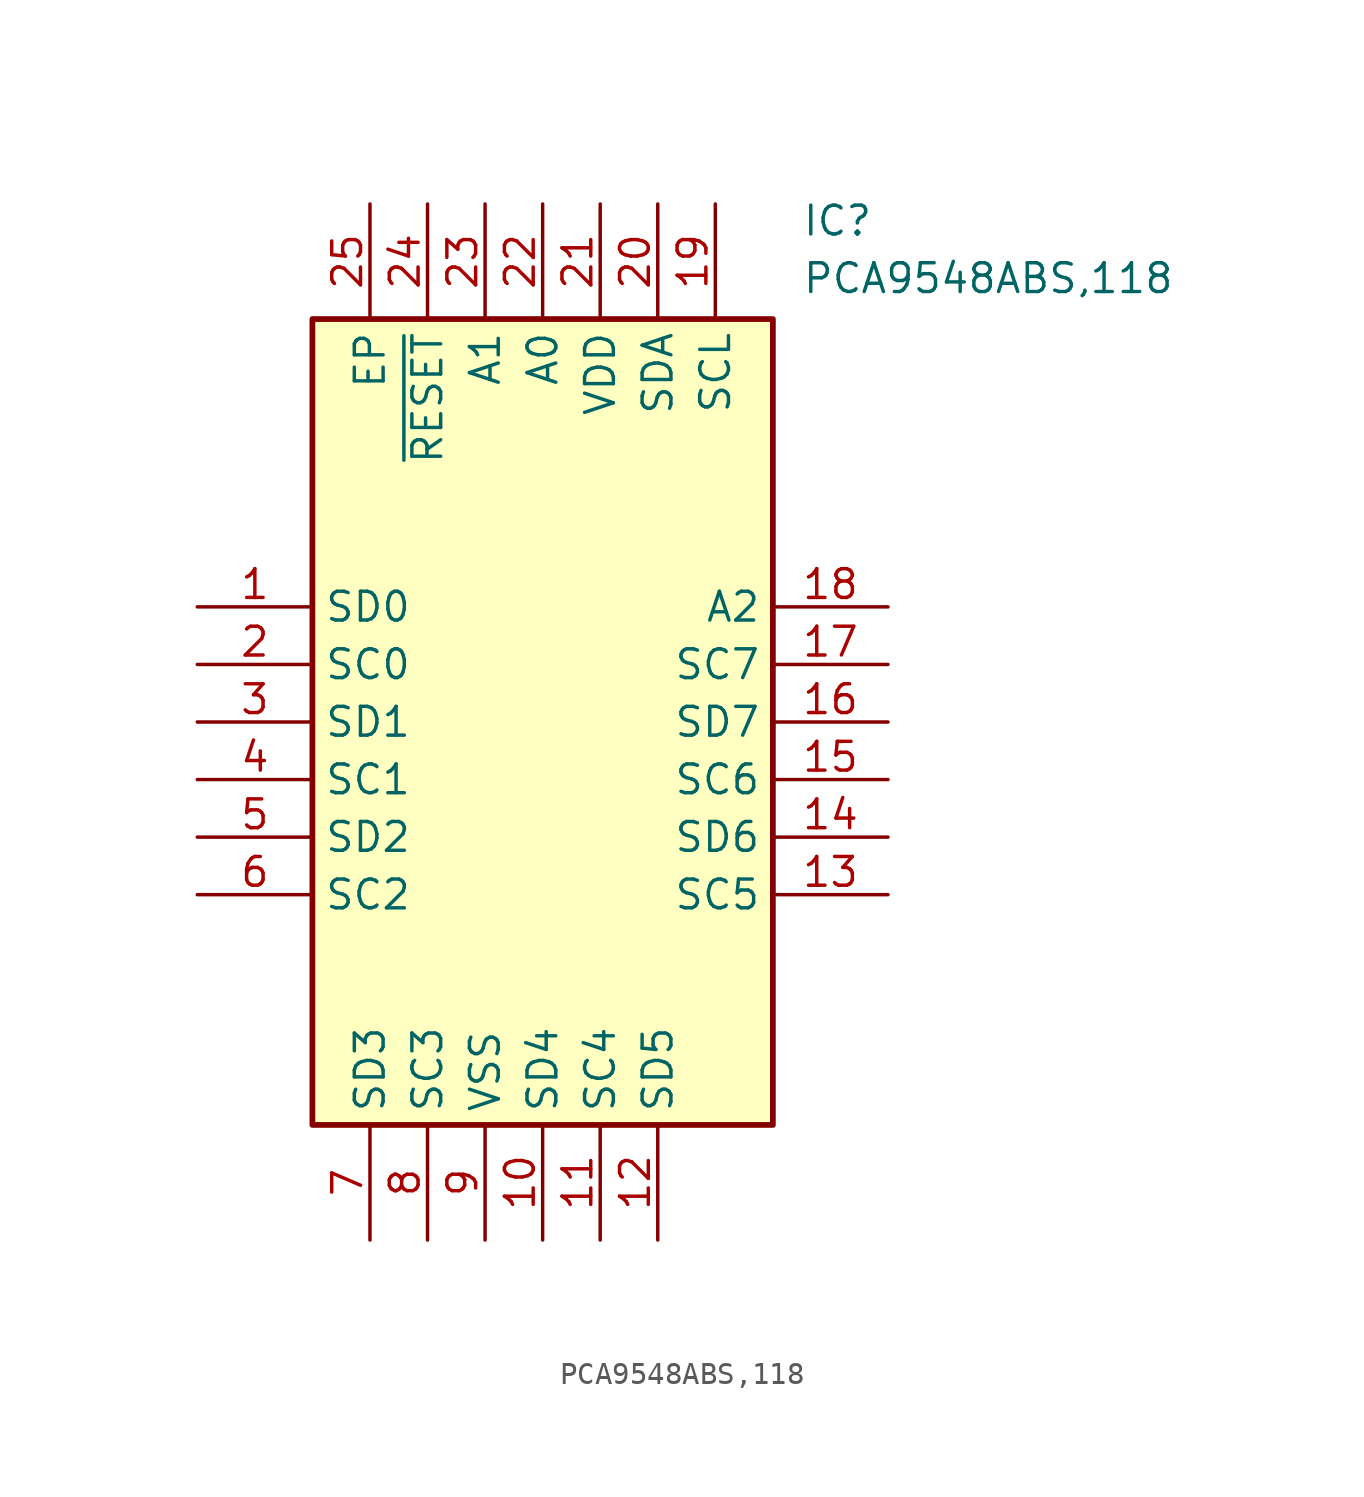
<source format=kicad_sym>
(kicad_symbol_lib
  (version 20211014)
  (generator SamacSys_ECAD_Model)
  (symbol "PCA9548ABS,118"
    (property "Reference" "IC"
      (at 26.67 17.78 0)
      (effects (font (size 1.27 1.27)) (justify left top)))
    (property "Value" "PCA9548ABS,118"
      (at 26.67 15.24 0)
      (effects (font (size 1.27 1.27)) (justify left top)))
    (rectangle
      (start 5.08 12.7)
      (end 25.4 -22.86)
      (stroke (width 0.254) (type default))
      (fill (type background)))
    (pin passive line
      (at 0 0 0)
      (length 5.08)
      (name "SD0" (effects (font (size 1.27 1.27))))
      (number "1" (effects (font (size 1.27 1.27)))))
    (pin passive line
      (at 0 -2.54 0)
      (length 5.08)
      (name "SC0" (effects (font (size 1.27 1.27))))
      (number "2" (effects (font (size 1.27 1.27)))))
    (pin passive line
      (at 0 -5.08 0)
      (length 5.08)
      (name "SD1" (effects (font (size 1.27 1.27))))
      (number "3" (effects (font (size 1.27 1.27)))))
    (pin passive line
      (at 0 -7.62 0)
      (length 5.08)
      (name "SC1" (effects (font (size 1.27 1.27))))
      (number "4" (effects (font (size 1.27 1.27)))))
    (pin passive line
      (at 0 -10.16 0)
      (length 5.08)
      (name "SD2" (effects (font (size 1.27 1.27))))
      (number "5" (effects (font (size 1.27 1.27)))))
    (pin passive line
      (at 0 -12.7 0)
      (length 5.08)
      (name "SC2" (effects (font (size 1.27 1.27))))
      (number "6" (effects (font (size 1.27 1.27)))))
    (pin passive line
      (at 7.62 -27.94 90)
      (length 5.08)
      (name "SD3" (effects (font (size 1.27 1.27))))
      (number "7" (effects (font (size 1.27 1.27)))))
    (pin passive line
      (at 10.16 -27.94 90)
      (length 5.08)
      (name "SC3" (effects (font (size 1.27 1.27))))
      (number "8" (effects (font (size 1.27 1.27)))))
    (pin passive line
      (at 12.7 -27.94 90)
      (length 5.08)
      (name "VSS" (effects (font (size 1.27 1.27))))
      (number "9" (effects (font (size 1.27 1.27)))))
    (pin passive line
      (at 15.24 -27.94 90)
      (length 5.08)
      (name "SD4" (effects (font (size 1.27 1.27))))
      (number "10" (effects (font (size 1.27 1.27)))))
    (pin passive line
      (at 17.78 -27.94 90)
      (length 5.08)
      (name "SC4" (effects (font (size 1.27 1.27))))
      (number "11" (effects (font (size 1.27 1.27)))))
    (pin passive line
      (at 20.32 -27.94 90)
      (length 5.08)
      (name "SD5" (effects (font (size 1.27 1.27))))
      (number "12" (effects (font (size 1.27 1.27)))))
    (pin passive line
      (at 30.48 0 180)
      (length 5.08)
      (name "A2" (effects (font (size 1.27 1.27))))
      (number "18" (effects (font (size 1.27 1.27)))))
    (pin passive line
      (at 30.48 -2.54 180)
      (length 5.08)
      (name "SC7" (effects (font (size 1.27 1.27))))
      (number "17" (effects (font (size 1.27 1.27)))))
    (pin passive line
      (at 30.48 -5.08 180)
      (length 5.08)
      (name "SD7" (effects (font (size 1.27 1.27))))
      (number "16" (effects (font (size 1.27 1.27)))))
    (pin passive line
      (at 30.48 -7.62 180)
      (length 5.08)
      (name "SC6" (effects (font (size 1.27 1.27))))
      (number "15" (effects (font (size 1.27 1.27)))))
    (pin passive line
      (at 30.48 -10.16 180)
      (length 5.08)
      (name "SD6" (effects (font (size 1.27 1.27))))
      (number "14" (effects (font (size 1.27 1.27)))))
    (pin passive line
      (at 30.48 -12.7 180)
      (length 5.08)
      (name "SC5" (effects (font (size 1.27 1.27))))
      (number "13" (effects (font (size 1.27 1.27)))))
    (pin passive line
      (at 7.62 17.78 270)
      (length 5.08)
      (name "EP" (effects (font (size 1.27 1.27))))
      (number "25" (effects (font (size 1.27 1.27)))))
    (pin passive line
      (at 10.16 17.78 270)
      (length 5.08)
      (name "~{RESET}" (effects (font (size 1.27 1.27))))
      (number "24" (effects (font (size 1.27 1.27)))))
    (pin passive line
      (at 12.7 17.78 270)
      (length 5.08)
      (name "A1" (effects (font (size 1.27 1.27))))
      (number "23" (effects (font (size 1.27 1.27)))))
    (pin passive line
      (at 15.24 17.78 270)
      (length 5.08)
      (name "A0" (effects (font (size 1.27 1.27))))
      (number "22" (effects (font (size 1.27 1.27)))))
    (pin passive line
      (at 17.78 17.78 270)
      (length 5.08)
      (name "VDD" (effects (font (size 1.27 1.27))))
      (number "21" (effects (font (size 1.27 1.27)))))
    (pin passive line
      (at 20.32 17.78 270)
      (length 5.08)
      (name "SDA" (effects (font (size 1.27 1.27))))
      (number "20" (effects (font (size 1.27 1.27)))))
    (pin passive line
      (at 22.86 17.78 270)
      (length 5.08)
      (name "SCL" (effects (font (size 1.27 1.27))))
      (number "19" (effects (font (size 1.27 1.27)))))))
</source>
